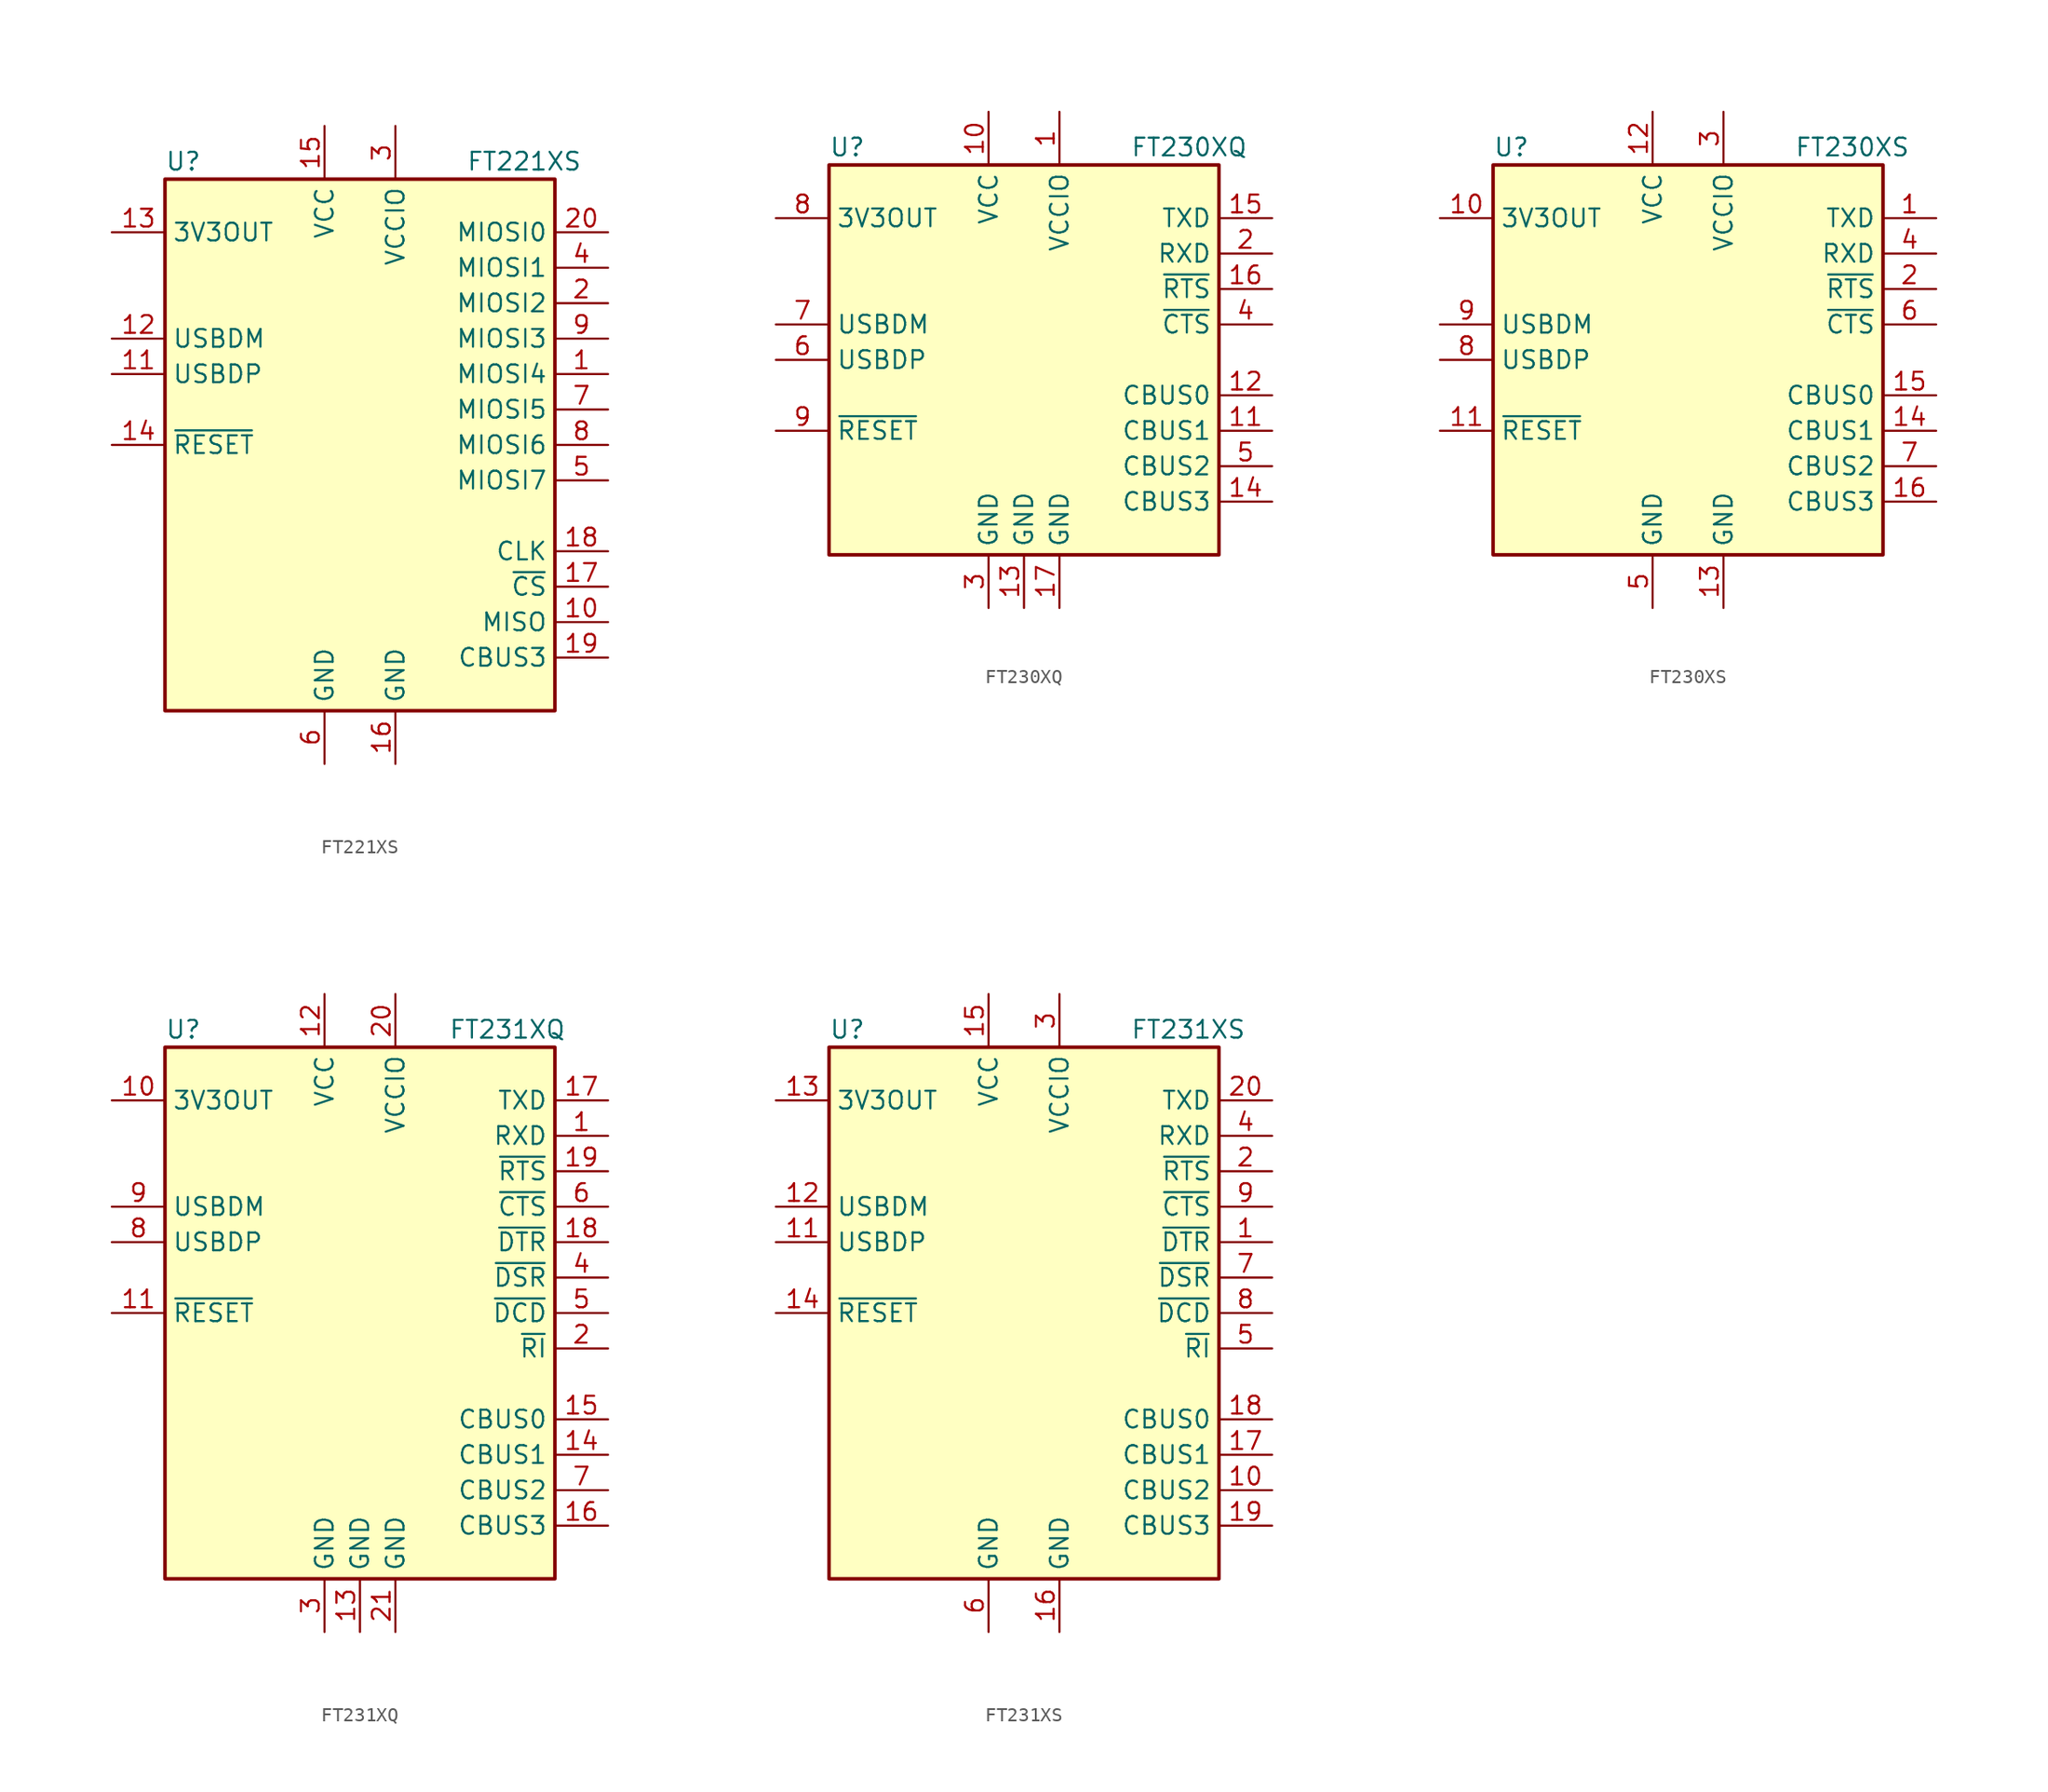
<source format=kicad_sym>
(kicad_symbol_lib
  (version 20201005)
  (generator kicad_symbol_editor)
  (symbol "FT221XS"
    (property "Reference" "U"
      (at -13.97 20.32 0)
      (effects (font (size 1.27 1.27)) (justify left)))
    (property "Value" "FT221XS"
      (at 7.62 20.32 0)
      (effects (font (size 1.27 1.27)) (justify left)))
    (symbol "FT221XS_0_1"
      (rectangle (start -13.97 19.05) (end 13.97 -19.05) (stroke (width 0.254)) (fill (type background))))
    (symbol "FT221XS_1_1"
      (pin input line (at 17.78 5.08 180) (length 3.81) (name "MIOSI4" (effects (font (size 1.27 1.27)))) (number "1" (effects (font (size 1.27 1.27)))))
      (pin input line (at 17.78 -12.7 180) (length 3.81) (name "MISO" (effects (font (size 1.27 1.27)))) (number "10" (effects (font (size 1.27 1.27)))))
      (pin bidirectional line (at -17.78 5.08 0) (length 3.81) (name "USBDP" (effects (font (size 1.27 1.27)))) (number "11" (effects (font (size 1.27 1.27)))))
      (pin bidirectional line (at -17.78 7.62 0) (length 3.81) (name "USBDM" (effects (font (size 1.27 1.27)))) (number "12" (effects (font (size 1.27 1.27)))))
      (pin power_out line (at -17.78 15.24 0) (length 3.81) (name "3V3OUT" (effects (font (size 1.27 1.27)))) (number "13" (effects (font (size 1.27 1.27)))))
      (pin input line (at -17.78 0 0) (length 3.81) (name "~RESET" (effects (font (size 1.27 1.27)))) (number "14" (effects (font (size 1.27 1.27)))))
      (pin power_in line (at -2.54 22.86 270) (length 3.81) (name "VCC" (effects (font (size 1.27 1.27)))) (number "15" (effects (font (size 1.27 1.27)))))
      (pin power_in line (at 2.54 -22.86 90) (length 3.81) (name "GND" (effects (font (size 1.27 1.27)))) (number "16" (effects (font (size 1.27 1.27)))))
      (pin input line (at 17.78 -10.16 180) (length 3.81) (name "~CS" (effects (font (size 1.27 1.27)))) (number "17" (effects (font (size 1.27 1.27)))))
      (pin input line (at 17.78 -7.62 180) (length 3.81) (name "CLK" (effects (font (size 1.27 1.27)))) (number "18" (effects (font (size 1.27 1.27)))))
      (pin bidirectional line (at 17.78 -15.24 180) (length 3.81) (name "CBUS3" (effects (font (size 1.27 1.27)))) (number "19" (effects (font (size 1.27 1.27)))))
      (pin input line (at 17.78 10.16 180) (length 3.81) (name "MIOSI2" (effects (font (size 1.27 1.27)))) (number "2" (effects (font (size 1.27 1.27)))))
      (pin input line (at 17.78 15.24 180) (length 3.81) (name "MIOSI0" (effects (font (size 1.27 1.27)))) (number "20" (effects (font (size 1.27 1.27)))))
      (pin power_in line (at 2.54 22.86 270) (length 3.81) (name "VCCIO" (effects (font (size 1.27 1.27)))) (number "3" (effects (font (size 1.27 1.27)))))
      (pin input line (at 17.78 12.7 180) (length 3.81) (name "MIOSI1" (effects (font (size 1.27 1.27)))) (number "4" (effects (font (size 1.27 1.27)))))
      (pin input line (at 17.78 -2.54 180) (length 3.81) (name "MIOSI7" (effects (font (size 1.27 1.27)))) (number "5" (effects (font (size 1.27 1.27)))))
      (pin power_in line (at -2.54 -22.86 90) (length 3.81) (name "GND" (effects (font (size 1.27 1.27)))) (number "6" (effects (font (size 1.27 1.27)))))
      (pin input line (at 17.78 2.54 180) (length 3.81) (name "MIOSI5" (effects (font (size 1.27 1.27)))) (number "7" (effects (font (size 1.27 1.27)))))
      (pin input line (at 17.78 0 180) (length 3.81) (name "MIOSI6" (effects (font (size 1.27 1.27)))) (number "8" (effects (font (size 1.27 1.27)))))
      (pin input line (at 17.78 7.62 180) (length 3.81) (name "MIOSI3" (effects (font (size 1.27 1.27)))) (number "9" (effects (font (size 1.27 1.27)))))))
  (symbol "FT230XQ"
    (property "Reference" "U"
      (at -13.97 15.24 0)
      (effects (font (size 1.27 1.27)) (justify left)))
    (property "Value" "FT230XQ"
      (at 7.62 15.24 0)
      (effects (font (size 1.27 1.27)) (justify left)))
    (symbol "FT230XQ_0_1"
      (rectangle (start -13.97 13.97) (end 13.97 -13.97) (stroke (width 0.254)) (fill (type background))))
    (symbol "FT230XQ_1_1"
      (pin power_in line (at 2.54 17.78 270) (length 3.81) (name "VCCIO" (effects (font (size 1.27 1.27)))) (number "1" (effects (font (size 1.27 1.27)))))
      (pin power_in line (at -2.54 17.78 270) (length 3.81) (name "VCC" (effects (font (size 1.27 1.27)))) (number "10" (effects (font (size 1.27 1.27)))))
      (pin bidirectional line (at 17.78 -5.08 180) (length 3.81) (name "CBUS1" (effects (font (size 1.27 1.27)))) (number "11" (effects (font (size 1.27 1.27)))))
      (pin bidirectional line (at 17.78 -2.54 180) (length 3.81) (name "CBUS0" (effects (font (size 1.27 1.27)))) (number "12" (effects (font (size 1.27 1.27)))))
      (pin power_in line (at 0 -17.78 90) (length 3.81) (name "GND" (effects (font (size 1.27 1.27)))) (number "13" (effects (font (size 1.27 1.27)))))
      (pin bidirectional line (at 17.78 -10.16 180) (length 3.81) (name "CBUS3" (effects (font (size 1.27 1.27)))) (number "14" (effects (font (size 1.27 1.27)))))
      (pin output line (at 17.78 10.16 180) (length 3.81) (name "TXD" (effects (font (size 1.27 1.27)))) (number "15" (effects (font (size 1.27 1.27)))))
      (pin output line (at 17.78 5.08 180) (length 3.81) (name "~RTS" (effects (font (size 1.27 1.27)))) (number "16" (effects (font (size 1.27 1.27)))))
      (pin power_in line (at 2.54 -17.78 90) (length 3.81) (name "GND" (effects (font (size 1.27 1.27)))) (number "17" (effects (font (size 1.27 1.27)))))
      (pin input line (at 17.78 7.62 180) (length 3.81) (name "RXD" (effects (font (size 1.27 1.27)))) (number "2" (effects (font (size 1.27 1.27)))))
      (pin power_in line (at -2.54 -17.78 90) (length 3.81) (name "GND" (effects (font (size 1.27 1.27)))) (number "3" (effects (font (size 1.27 1.27)))))
      (pin input line (at 17.78 2.54 180) (length 3.81) (name "~CTS" (effects (font (size 1.27 1.27)))) (number "4" (effects (font (size 1.27 1.27)))))
      (pin bidirectional line (at 17.78 -7.62 180) (length 3.81) (name "CBUS2" (effects (font (size 1.27 1.27)))) (number "5" (effects (font (size 1.27 1.27)))))
      (pin bidirectional line (at -17.78 0 0) (length 3.81) (name "USBDP" (effects (font (size 1.27 1.27)))) (number "6" (effects (font (size 1.27 1.27)))))
      (pin bidirectional line (at -17.78 2.54 0) (length 3.81) (name "USBDM" (effects (font (size 1.27 1.27)))) (number "7" (effects (font (size 1.27 1.27)))))
      (pin power_out line (at -17.78 10.16 0) (length 3.81) (name "3V3OUT" (effects (font (size 1.27 1.27)))) (number "8" (effects (font (size 1.27 1.27)))))
      (pin input line (at -17.78 -5.08 0) (length 3.81) (name "~RESET" (effects (font (size 1.27 1.27)))) (number "9" (effects (font (size 1.27 1.27)))))))
  (symbol "FT230XS"
    (property "Reference" "U"
      (at -13.97 15.24 0)
      (effects (font (size 1.27 1.27)) (justify left)))
    (property "Value" "FT230XS"
      (at 7.62 15.24 0)
      (effects (font (size 1.27 1.27)) (justify left)))
    (symbol "FT230XS_0_1"
      (rectangle (start -13.97 13.97) (end 13.97 -13.97) (stroke (width 0.254)) (fill (type background))))
    (symbol "FT230XS_1_1"
      (pin output line (at 17.78 10.16 180) (length 3.81) (name "TXD" (effects (font (size 1.27 1.27)))) (number "1" (effects (font (size 1.27 1.27)))))
      (pin power_out line (at -17.78 10.16 0) (length 3.81) (name "3V3OUT" (effects (font (size 1.27 1.27)))) (number "10" (effects (font (size 1.27 1.27)))))
      (pin input line (at -17.78 -5.08 0) (length 3.81) (name "~RESET" (effects (font (size 1.27 1.27)))) (number "11" (effects (font (size 1.27 1.27)))))
      (pin power_in line (at -2.54 17.78 270) (length 3.81) (name "VCC" (effects (font (size 1.27 1.27)))) (number "12" (effects (font (size 1.27 1.27)))))
      (pin power_in line (at 2.54 -17.78 90) (length 3.81) (name "GND" (effects (font (size 1.27 1.27)))) (number "13" (effects (font (size 1.27 1.27)))))
      (pin bidirectional line (at 17.78 -5.08 180) (length 3.81) (name "CBUS1" (effects (font (size 1.27 1.27)))) (number "14" (effects (font (size 1.27 1.27)))))
      (pin bidirectional line (at 17.78 -2.54 180) (length 3.81) (name "CBUS0" (effects (font (size 1.27 1.27)))) (number "15" (effects (font (size 1.27 1.27)))))
      (pin bidirectional line (at 17.78 -10.16 180) (length 3.81) (name "CBUS3" (effects (font (size 1.27 1.27)))) (number "16" (effects (font (size 1.27 1.27)))))
      (pin output line (at 17.78 5.08 180) (length 3.81) (name "~RTS" (effects (font (size 1.27 1.27)))) (number "2" (effects (font (size 1.27 1.27)))))
      (pin power_in line (at 2.54 17.78 270) (length 3.81) (name "VCCIO" (effects (font (size 1.27 1.27)))) (number "3" (effects (font (size 1.27 1.27)))))
      (pin input line (at 17.78 7.62 180) (length 3.81) (name "RXD" (effects (font (size 1.27 1.27)))) (number "4" (effects (font (size 1.27 1.27)))))
      (pin power_in line (at -2.54 -17.78 90) (length 3.81) (name "GND" (effects (font (size 1.27 1.27)))) (number "5" (effects (font (size 1.27 1.27)))))
      (pin input line (at 17.78 2.54 180) (length 3.81) (name "~CTS" (effects (font (size 1.27 1.27)))) (number "6" (effects (font (size 1.27 1.27)))))
      (pin bidirectional line (at 17.78 -7.62 180) (length 3.81) (name "CBUS2" (effects (font (size 1.27 1.27)))) (number "7" (effects (font (size 1.27 1.27)))))
      (pin bidirectional line (at -17.78 0 0) (length 3.81) (name "USBDP" (effects (font (size 1.27 1.27)))) (number "8" (effects (font (size 1.27 1.27)))))
      (pin bidirectional line (at -17.78 2.54 0) (length 3.81) (name "USBDM" (effects (font (size 1.27 1.27)))) (number "9" (effects (font (size 1.27 1.27)))))))
  (symbol "FT231XQ"
    (property "Reference" "U"
      (at -13.97 20.32 0)
      (effects (font (size 1.27 1.27)) (justify left)))
    (property "Value" "FT231XQ"
      (at 6.35 20.32 0)
      (effects (font (size 1.27 1.27)) (justify left)))
    (symbol "FT231XQ_0_1"
      (rectangle (start -13.97 19.05) (end 13.97 -19.05) (stroke (width 0.254)) (fill (type background))))
    (symbol "FT231XQ_1_1"
      (pin input line (at 17.78 12.7 180) (length 3.81) (name "RXD" (effects (font (size 1.27 1.27)))) (number "1" (effects (font (size 1.27 1.27)))))
      (pin power_out line (at -17.78 15.24 0) (length 3.81) (name "3V3OUT" (effects (font (size 1.27 1.27)))) (number "10" (effects (font (size 1.27 1.27)))))
      (pin input line (at -17.78 0 0) (length 3.81) (name "~RESET" (effects (font (size 1.27 1.27)))) (number "11" (effects (font (size 1.27 1.27)))))
      (pin power_in line (at -2.54 22.86 270) (length 3.81) (name "VCC" (effects (font (size 1.27 1.27)))) (number "12" (effects (font (size 1.27 1.27)))))
      (pin power_in line (at 0 -22.86 90) (length 3.81) (name "GND" (effects (font (size 1.27 1.27)))) (number "13" (effects (font (size 1.27 1.27)))))
      (pin bidirectional line (at 17.78 -10.16 180) (length 3.81) (name "CBUS1" (effects (font (size 1.27 1.27)))) (number "14" (effects (font (size 1.27 1.27)))))
      (pin bidirectional line (at 17.78 -7.62 180) (length 3.81) (name "CBUS0" (effects (font (size 1.27 1.27)))) (number "15" (effects (font (size 1.27 1.27)))))
      (pin bidirectional line (at 17.78 -15.24 180) (length 3.81) (name "CBUS3" (effects (font (size 1.27 1.27)))) (number "16" (effects (font (size 1.27 1.27)))))
      (pin output line (at 17.78 15.24 180) (length 3.81) (name "TXD" (effects (font (size 1.27 1.27)))) (number "17" (effects (font (size 1.27 1.27)))))
      (pin output line (at 17.78 5.08 180) (length 3.81) (name "~DTR" (effects (font (size 1.27 1.27)))) (number "18" (effects (font (size 1.27 1.27)))))
      (pin output line (at 17.78 10.16 180) (length 3.81) (name "~RTS" (effects (font (size 1.27 1.27)))) (number "19" (effects (font (size 1.27 1.27)))))
      (pin input line (at 17.78 -2.54 180) (length 3.81) (name "~RI" (effects (font (size 1.27 1.27)))) (number "2" (effects (font (size 1.27 1.27)))))
      (pin power_in line (at 2.54 22.86 270) (length 3.81) (name "VCCIO" (effects (font (size 1.27 1.27)))) (number "20" (effects (font (size 1.27 1.27)))))
      (pin power_in line (at 2.54 -22.86 90) (length 3.81) (name "GND" (effects (font (size 1.27 1.27)))) (number "21" (effects (font (size 1.27 1.27)))))
      (pin power_in line (at -2.54 -22.86 90) (length 3.81) (name "GND" (effects (font (size 1.27 1.27)))) (number "3" (effects (font (size 1.27 1.27)))))
      (pin input line (at 17.78 2.54 180) (length 3.81) (name "~DSR" (effects (font (size 1.27 1.27)))) (number "4" (effects (font (size 1.27 1.27)))))
      (pin input line (at 17.78 0 180) (length 3.81) (name "~DCD" (effects (font (size 1.27 1.27)))) (number "5" (effects (font (size 1.27 1.27)))))
      (pin input line (at 17.78 7.62 180) (length 3.81) (name "~CTS" (effects (font (size 1.27 1.27)))) (number "6" (effects (font (size 1.27 1.27)))))
      (pin bidirectional line (at 17.78 -12.7 180) (length 3.81) (name "CBUS2" (effects (font (size 1.27 1.27)))) (number "7" (effects (font (size 1.27 1.27)))))
      (pin bidirectional line (at -17.78 5.08 0) (length 3.81) (name "USBDP" (effects (font (size 1.27 1.27)))) (number "8" (effects (font (size 1.27 1.27)))))
      (pin bidirectional line (at -17.78 7.62 0) (length 3.81) (name "USBDM" (effects (font (size 1.27 1.27)))) (number "9" (effects (font (size 1.27 1.27)))))))
  (symbol "FT231XS"
    (property "Reference" "U"
      (at -13.97 20.32 0)
      (effects (font (size 1.27 1.27)) (justify left)))
    (property "Value" "FT231XS"
      (at 7.62 20.32 0)
      (effects (font (size 1.27 1.27)) (justify left)))
    (symbol "FT231XS_0_1"
      (rectangle (start -13.97 19.05) (end 13.97 -19.05) (stroke (width 0.254)) (fill (type background))))
    (symbol "FT231XS_1_1"
      (pin output line (at 17.78 5.08 180) (length 3.81) (name "~DTR" (effects (font (size 1.27 1.27)))) (number "1" (effects (font (size 1.27 1.27)))))
      (pin bidirectional line (at 17.78 -12.7 180) (length 3.81) (name "CBUS2" (effects (font (size 1.27 1.27)))) (number "10" (effects (font (size 1.27 1.27)))))
      (pin bidirectional line (at -17.78 5.08 0) (length 3.81) (name "USBDP" (effects (font (size 1.27 1.27)))) (number "11" (effects (font (size 1.27 1.27)))))
      (pin bidirectional line (at -17.78 7.62 0) (length 3.81) (name "USBDM" (effects (font (size 1.27 1.27)))) (number "12" (effects (font (size 1.27 1.27)))))
      (pin power_out line (at -17.78 15.24 0) (length 3.81) (name "3V3OUT" (effects (font (size 1.27 1.27)))) (number "13" (effects (font (size 1.27 1.27)))))
      (pin input line (at -17.78 0 0) (length 3.81) (name "~RESET" (effects (font (size 1.27 1.27)))) (number "14" (effects (font (size 1.27 1.27)))))
      (pin power_in line (at -2.54 22.86 270) (length 3.81) (name "VCC" (effects (font (size 1.27 1.27)))) (number "15" (effects (font (size 1.27 1.27)))))
      (pin power_in line (at 2.54 -22.86 90) (length 3.81) (name "GND" (effects (font (size 1.27 1.27)))) (number "16" (effects (font (size 1.27 1.27)))))
      (pin bidirectional line (at 17.78 -10.16 180) (length 3.81) (name "CBUS1" (effects (font (size 1.27 1.27)))) (number "17" (effects (font (size 1.27 1.27)))))
      (pin bidirectional line (at 17.78 -7.62 180) (length 3.81) (name "CBUS0" (effects (font (size 1.27 1.27)))) (number "18" (effects (font (size 1.27 1.27)))))
      (pin bidirectional line (at 17.78 -15.24 180) (length 3.81) (name "CBUS3" (effects (font (size 1.27 1.27)))) (number "19" (effects (font (size 1.27 1.27)))))
      (pin output line (at 17.78 10.16 180) (length 3.81) (name "~RTS" (effects (font (size 1.27 1.27)))) (number "2" (effects (font (size 1.27 1.27)))))
      (pin output line (at 17.78 15.24 180) (length 3.81) (name "TXD" (effects (font (size 1.27 1.27)))) (number "20" (effects (font (size 1.27 1.27)))))
      (pin power_in line (at 2.54 22.86 270) (length 3.81) (name "VCCIO" (effects (font (size 1.27 1.27)))) (number "3" (effects (font (size 1.27 1.27)))))
      (pin input line (at 17.78 12.7 180) (length 3.81) (name "RXD" (effects (font (size 1.27 1.27)))) (number "4" (effects (font (size 1.27 1.27)))))
      (pin input line (at 17.78 -2.54 180) (length 3.81) (name "~RI" (effects (font (size 1.27 1.27)))) (number "5" (effects (font (size 1.27 1.27)))))
      (pin power_in line (at -2.54 -22.86 90) (length 3.81) (name "GND" (effects (font (size 1.27 1.27)))) (number "6" (effects (font (size 1.27 1.27)))))
      (pin input line (at 17.78 2.54 180) (length 3.81) (name "~DSR" (effects (font (size 1.27 1.27)))) (number "7" (effects (font (size 1.27 1.27)))))
      (pin input line (at 17.78 0 180) (length 3.81) (name "~DCD" (effects (font (size 1.27 1.27)))) (number "8" (effects (font (size 1.27 1.27)))))
      (pin input line (at 17.78 7.62 180) (length 3.81) (name "~CTS" (effects (font (size 1.27 1.27)))) (number "9" (effects (font (size 1.27 1.27))))))))
</source>
